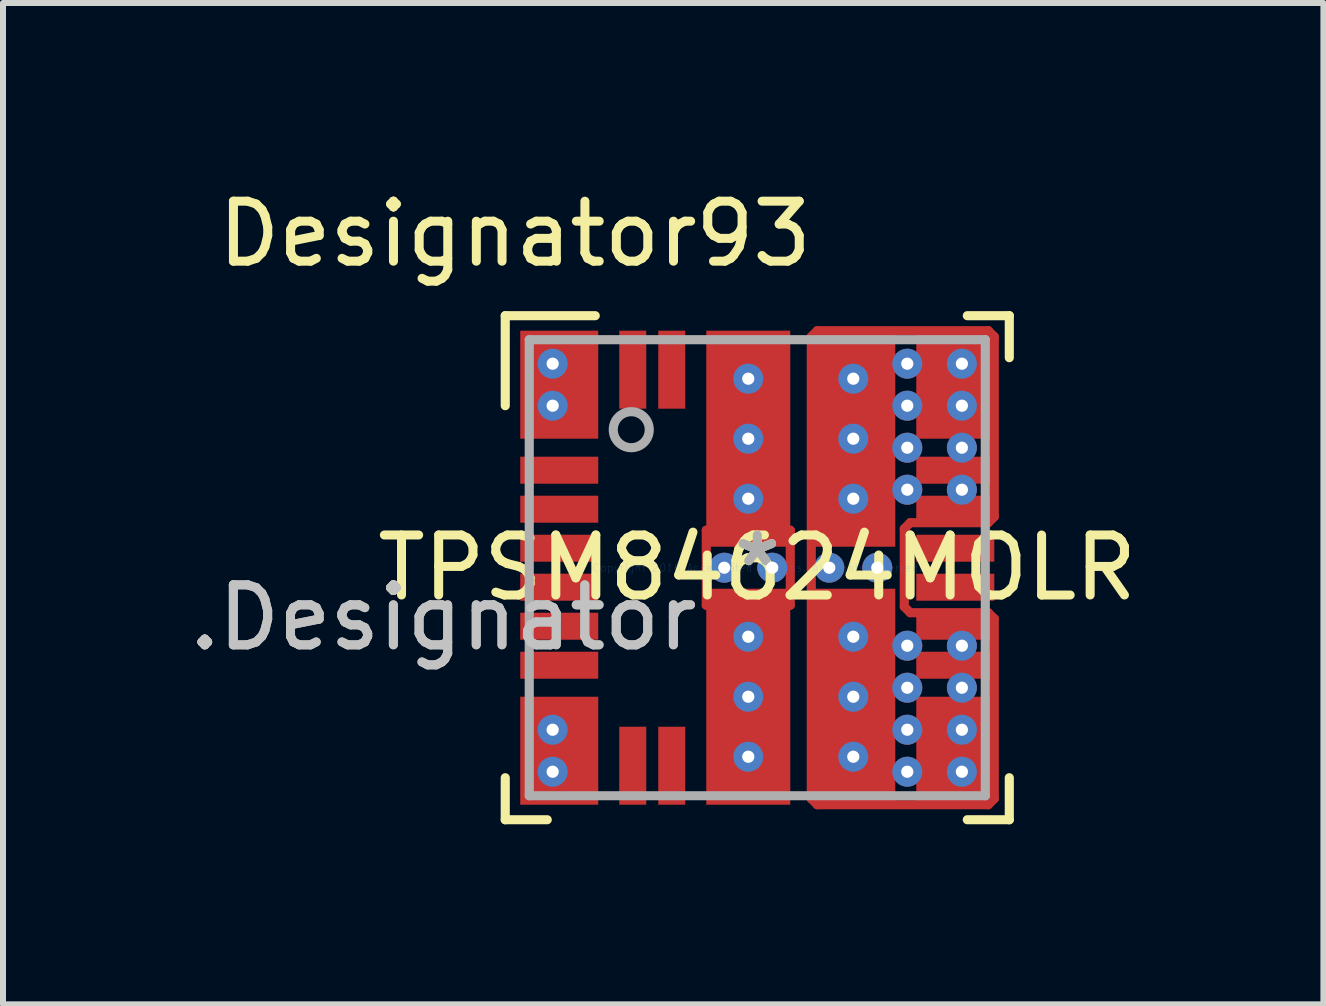
<source format=kicad_pcb>
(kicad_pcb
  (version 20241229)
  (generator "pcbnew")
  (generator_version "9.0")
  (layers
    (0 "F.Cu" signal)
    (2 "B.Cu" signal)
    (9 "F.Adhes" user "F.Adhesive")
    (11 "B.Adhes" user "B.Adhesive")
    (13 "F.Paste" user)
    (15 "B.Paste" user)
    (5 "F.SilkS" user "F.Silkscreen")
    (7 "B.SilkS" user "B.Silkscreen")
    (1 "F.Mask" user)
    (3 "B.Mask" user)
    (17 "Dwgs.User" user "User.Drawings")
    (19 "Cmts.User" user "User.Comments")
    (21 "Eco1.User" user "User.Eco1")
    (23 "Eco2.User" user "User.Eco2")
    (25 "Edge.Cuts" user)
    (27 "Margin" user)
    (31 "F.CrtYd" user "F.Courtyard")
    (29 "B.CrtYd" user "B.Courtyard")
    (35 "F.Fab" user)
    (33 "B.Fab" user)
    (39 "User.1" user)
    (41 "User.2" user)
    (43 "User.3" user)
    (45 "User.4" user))
  (footprint "TPSM84624MOLR"
    (layer "F.Cu")
    (at 9.57 6.411)
    (property "Reference" "TPSM84624MOLR" (at 0 0 0) (layer "F.SilkS") (effects (font (size 1 1) (thickness 0.15))))
    (attr through_hole)
    (fp_line (start -0.85 -0.625) (end -0.85 0.625) (stroke (width 0.152) (type solid)) (layer "F.Cu"))
    (fp_line (start -0.85 0.625) (end 0.55 0.625) (stroke (width 0.152) (type solid)) (layer "F.Cu"))
    (fp_line (start 0.55 -0.625) (end -0.85 -0.625) (stroke (width 0.152) (type solid)) (layer "F.Cu"))
    (fp_line (start 0.55 0.625) (end 0.55 -0.625) (stroke (width 0.152) (type solid)) (layer "F.Cu"))
    (fp_line (start 0.9 -3.85) (end 0.9 3.85) (stroke (width 0.152) (type solid)) (layer "F.Cu"))
    (fp_line (start 0.9 3.85) (end 1 3.95) (stroke (width 0.152) (type solid)) (layer "F.Cu"))
    (fp_line (start 1 -3.95) (end 0.9 -3.85) (stroke (width 0.152) (type solid)) (layer "F.Cu"))
    (fp_line (start 1 3.95) (end 3.85 3.95) (stroke (width 0.152) (type solid)) (layer "F.Cu"))
    (fp_line (start 2.45 -0.65) (end 2.55 -0.75) (stroke (width 0.152) (type solid)) (layer "F.Cu"))
    (fp_line (start 2.45 0.65) (end 2.45 -0.65) (stroke (width 0.152) (type solid)) (layer "F.Cu"))
    (fp_line (start 2.55 -0.75) (end 3.85 -0.75) (stroke (width 0.152) (type solid)) (layer "F.Cu"))
    (fp_line (start 2.55 -0.75) (end 2.55 -0.75) (stroke (width 0.152) (type solid)) (layer "F.Cu"))
    (fp_line (start 2.55 0.75) (end 2.45 0.65) (stroke (width 0.152) (type solid)) (layer "F.Cu"))
    (fp_line (start 3.85 -3.95) (end 1 -3.95) (stroke (width 0.152) (type solid)) (layer "F.Cu"))
    (fp_line (start 3.85 -0.75) (end 3.95 -0.85) (stroke (width 0.152) (type solid)) (layer "F.Cu"))
    (fp_line (start 3.85 0.75) (end 2.55 0.75) (stroke (width 0.152) (type solid)) (layer "F.Cu"))
    (fp_line (start 3.85 3.95) (end 3.95 3.85) (stroke (width 0.152) (type solid)) (layer "F.Cu"))
    (fp_line (start 3.95 -3.85) (end 3.85 -3.95) (stroke (width 0.152) (type solid)) (layer "F.Cu"))
    (fp_line (start 3.95 -0.85) (end 3.95 -3.85) (stroke (width 0.152) (type solid)) (layer "F.Cu"))
    (fp_line (start 3.95 0.85) (end 3.85 0.75) (stroke (width 0.152) (type solid)) (layer "F.Cu"))
    (fp_line (start 3.95 3.85) (end 3.95 0.85) (stroke (width 0.152) (type solid)) (layer "F.Cu"))
    (fp_line (start -4.2 -4.2) (end -2.7 -4.2) (stroke (width 0.152) (type solid)) (layer "F.SilkS"))
    (fp_line (start -4.2 -2.7) (end -4.2 -4.2) (stroke (width 0.152) (type solid)) (layer "F.SilkS"))
    (fp_line (start -4.2 4.2) (end -4.2 3.5) (stroke (width 0.152) (type solid)) (layer "F.SilkS"))
    (fp_line (start -4.2 4.2) (end -3.5 4.2) (stroke (width 0.152) (type solid)) (layer "F.SilkS"))
    (fp_line (start 3.5 -4.2) (end 4.2 -4.2) (stroke (width 0.152) (type solid)) (layer "F.SilkS"))
    (fp_line (start 3.5 4.2) (end 4.2 4.2) (stroke (width 0.152) (type solid)) (layer "F.SilkS"))
    (fp_line (start 4.2 -3.5) (end 4.2 -4.2) (stroke (width 0.152) (type solid)) (layer "F.SilkS"))
    (fp_line (start 4.2 4.2) (end 4.2 3.5) (stroke (width 0.152) (type solid)) (layer "F.SilkS"))
    (fp_line (start -3.85 -3.8) (end -3.849 -3.81) (stroke (width 0.152) (type solid)) (layer "F.Paste"))
    (fp_line (start -3.85 -2.3) (end -3.85 -3.8) (stroke (width 0.152) (type solid)) (layer "F.Paste"))
    (fp_line (start -3.85 2.3) (end -3.849 2.29) (stroke (width 0.152) (type solid)) (layer "F.Paste"))
    (fp_line (start -3.85 3.8) (end -3.85 2.3) (stroke (width 0.152) (type solid)) (layer "F.Paste"))
    (fp_line (start -3.849 -3.81) (end -3.846 -3.819) (stroke (width 0.152) (type solid)) (layer "F.Paste"))
    (fp_line (start -3.849 -2.29) (end -3.85 -2.3) (stroke (width 0.152) (type solid)) (layer "F.Paste"))
    (fp_line (start -3.849 2.29) (end -3.846 2.281) (stroke (width 0.152) (type solid)) (layer "F.Paste"))
    (fp_line (start -3.849 3.81) (end -3.85 3.8) (stroke (width 0.152) (type solid)) (layer "F.Paste"))
    (fp_line (start -3.846 -3.819) (end -3.842 -3.828) (stroke (width 0.152) (type solid)) (layer "F.Paste"))
    (fp_line (start -3.846 -2.281) (end -3.849 -2.29) (stroke (width 0.152) (type solid)) (layer "F.Paste"))
    (fp_line (start -3.846 2.281) (end -3.842 2.272) (stroke (width 0.152) (type solid)) (layer "F.Paste"))
    (fp_line (start -3.846 3.819) (end -3.849 3.81) (stroke (width 0.152) (type solid)) (layer "F.Paste"))
    (fp_line (start -3.842 -3.828) (end -3.836 -3.836) (stroke (width 0.152) (type solid)) (layer "F.Paste"))
    (fp_line (start -3.842 -2.272) (end -3.846 -2.281) (stroke (width 0.152) (type solid)) (layer "F.Paste"))
    (fp_line (start -3.842 2.272) (end -3.836 2.264) (stroke (width 0.152) (type solid)) (layer "F.Paste"))
    (fp_line (start -3.842 3.828) (end -3.846 3.819) (stroke (width 0.152) (type solid)) (layer "F.Paste"))
    (fp_line (start -3.836 -3.836) (end -3.828 -3.842) (stroke (width 0.152) (type solid)) (layer "F.Paste"))
    (fp_line (start -3.836 -2.264) (end -3.842 -2.272) (stroke (width 0.152) (type solid)) (layer "F.Paste"))
    (fp_line (start -3.836 2.264) (end -3.828 2.258) (stroke (width 0.152) (type solid)) (layer "F.Paste"))
    (fp_line (start -3.836 3.836) (end -3.842 3.828) (stroke (width 0.152) (type solid)) (layer "F.Paste"))
    (fp_line (start -3.828 -3.842) (end -3.819 -3.846) (stroke (width 0.152) (type solid)) (layer "F.Paste"))
    (fp_line (start -3.828 -2.258) (end -3.836 -2.264) (stroke (width 0.152) (type solid)) (layer "F.Paste"))
    (fp_line (start -3.828 2.258) (end -3.819 2.254) (stroke (width 0.152) (type solid)) (layer "F.Paste"))
    (fp_line (start -3.828 3.842) (end -3.836 3.836) (stroke (width 0.152) (type solid)) (layer "F.Paste"))
    (fp_line (start -3.819 -3.846) (end -3.81 -3.849) (stroke (width 0.152) (type solid)) (layer "F.Paste"))
    (fp_line (start -3.819 -2.254) (end -3.828 -2.258) (stroke (width 0.152) (type solid)) (layer "F.Paste"))
    (fp_line (start -3.819 2.254) (end -3.81 2.251) (stroke (width 0.152) (type solid)) (layer "F.Paste"))
    (fp_line (start -3.819 3.846) (end -3.828 3.842) (stroke (width 0.152) (type solid)) (layer "F.Paste"))
    (fp_line (start -3.81 -3.849) (end -3.8 -3.85) (stroke (width 0.152) (type solid)) (layer "F.Paste"))
    (fp_line (start -3.81 -2.251) (end -3.819 -2.254) (stroke (width 0.152) (type solid)) (layer "F.Paste"))
    (fp_line (start -3.81 2.251) (end -3.8 2.25) (stroke (width 0.152) (type solid)) (layer "F.Paste"))
    (fp_line (start -3.81 3.849) (end -3.819 3.846) (stroke (width 0.152) (type solid)) (layer "F.Paste"))
    (fp_line (start -3.8 -3.85) (end -2.8 -3.85) (stroke (width 0.152) (type solid)) (layer "F.Paste"))
    (fp_line (start -3.8 -2.25) (end -3.81 -2.251) (stroke (width 0.152) (type solid)) (layer "F.Paste"))
    (fp_line (start -3.8 2.25) (end -2.8 2.25) (stroke (width 0.152) (type solid)) (layer "F.Paste"))
    (fp_line (start -3.8 3.85) (end -3.81 3.849) (stroke (width 0.152) (type solid)) (layer "F.Paste"))
    (fp_line (start -2.8 -3.85) (end -2.79 -3.849) (stroke (width 0.152) (type solid)) (layer "F.Paste"))
    (fp_line (start -2.8 -2.25) (end -3.8 -2.25) (stroke (width 0.152) (type solid)) (layer "F.Paste"))
    (fp_line (start -2.8 2.25) (end -2.79 2.251) (stroke (width 0.152) (type solid)) (layer "F.Paste"))
    (fp_line (start -2.8 3.85) (end -3.8 3.85) (stroke (width 0.152) (type solid)) (layer "F.Paste"))
    (fp_line (start -2.79 -3.849) (end -2.781 -3.846) (stroke (width 0.152) (type solid)) (layer "F.Paste"))
    (fp_line (start -2.79 -2.251) (end -2.8 -2.25) (stroke (width 0.152) (type solid)) (layer "F.Paste"))
    (fp_line (start -2.79 2.251) (end -2.781 2.254) (stroke (width 0.152) (type solid)) (layer "F.Paste"))
    (fp_line (start -2.79 3.849) (end -2.8 3.85) (stroke (width 0.152) (type solid)) (layer "F.Paste"))
    (fp_line (start -2.781 -3.846) (end -2.772 -3.842) (stroke (width 0.152) (type solid)) (layer "F.Paste"))
    (fp_line (start -2.781 -2.254) (end -2.79 -2.251) (stroke (width 0.152) (type solid)) (layer "F.Paste"))
    (fp_line (start -2.781 2.254) (end -2.772 2.258) (stroke (width 0.152) (type solid)) (layer "F.Paste"))
    (fp_line (start -2.781 3.846) (end -2.79 3.849) (stroke (width 0.152) (type solid)) (layer "F.Paste"))
    (fp_line (start -2.772 -3.842) (end -2.764 -3.836) (stroke (width 0.152) (type solid)) (layer "F.Paste"))
    (fp_line (start -2.772 -2.258) (end -2.781 -2.254) (stroke (width 0.152) (type solid)) (layer "F.Paste"))
    (fp_line (start -2.772 2.258) (end -2.764 2.264) (stroke (width 0.152) (type solid)) (layer "F.Paste"))
    (fp_line (start -2.772 3.842) (end -2.781 3.846) (stroke (width 0.152) (type solid)) (layer "F.Paste"))
    (fp_line (start -2.764 -3.836) (end -2.758 -3.828) (stroke (width 0.152) (type solid)) (layer "F.Paste"))
    (fp_line (start -2.764 -2.264) (end -2.772 -2.258) (stroke (width 0.152) (type solid)) (layer "F.Paste"))
    (fp_line (start -2.764 2.264) (end -2.758 2.272) (stroke (width 0.152) (type solid)) (layer "F.Paste"))
    (fp_line (start -2.764 3.836) (end -2.772 3.842) (stroke (width 0.152) (type solid)) (layer "F.Paste"))
    (fp_line (start -2.758 -3.828) (end -2.754 -3.819) (stroke (width 0.152) (type solid)) (layer "F.Paste"))
    (fp_line (start -2.758 -2.272) (end -2.764 -2.264) (stroke (width 0.152) (type solid)) (layer "F.Paste"))
    (fp_line (start -2.758 2.272) (end -2.754 2.281) (stroke (width 0.152) (type solid)) (layer "F.Paste"))
    (fp_line (start -2.758 3.828) (end -2.764 3.836) (stroke (width 0.152) (type solid)) (layer "F.Paste"))
    (fp_line (start -2.754 -3.819) (end -2.751 -3.81) (stroke (width 0.152) (type solid)) (layer "F.Paste"))
    (fp_line (start -2.754 -2.281) (end -2.758 -2.272) (stroke (width 0.152) (type solid)) (layer "F.Paste"))
    (fp_line (start -2.754 2.281) (end -2.751 2.29) (stroke (width 0.152) (type solid)) (layer "F.Paste"))
    (fp_line (start -2.754 3.819) (end -2.758 3.828) (stroke (width 0.152) (type solid)) (layer "F.Paste"))
    (fp_line (start -2.751 -3.81) (end -2.75 -3.8) (stroke (width 0.152) (type solid)) (layer "F.Paste"))
    (fp_line (start -2.751 -2.29) (end -2.754 -2.281) (stroke (width 0.152) (type solid)) (layer "F.Paste"))
    (fp_line (start -2.751 2.29) (end -2.75 2.3) (stroke (width 0.152) (type solid)) (layer "F.Paste"))
    (fp_line (start -2.751 3.81) (end -2.754 3.819) (stroke (width 0.152) (type solid)) (layer "F.Paste"))
    (fp_line (start -2.75 -3.8) (end -2.75 -2.3) (stroke (width 0.152) (type solid)) (layer "F.Paste"))
    (fp_line (start -2.75 -2.3) (end -2.751 -2.29) (stroke (width 0.152) (type solid)) (layer "F.Paste"))
    (fp_line (start -2.75 2.3) (end -2.75 3.8) (stroke (width 0.152) (type solid)) (layer "F.Paste"))
    (fp_line (start -2.75 3.8) (end -2.751 3.81) (stroke (width 0.152) (type solid)) (layer "F.Paste"))
    (fp_line (start -0.75 -3.802) (end -0.749 -3.811) (stroke (width 0.152) (type solid)) (layer "F.Paste"))
    (fp_line (start -0.75 -2.298) (end -0.75 -3.802) (stroke (width 0.152) (type solid)) (layer "F.Paste"))
    (fp_line (start -0.75 -2.002) (end -0.749 -2.011) (stroke (width 0.152) (type solid)) (layer "F.Paste"))
    (fp_line (start -0.75 -0.498) (end -0.75 -2.002) (stroke (width 0.152) (type solid)) (layer "F.Paste"))
    (fp_line (start -0.75 0.498) (end -0.749 0.489) (stroke (width 0.152) (type solid)) (layer "F.Paste"))
    (fp_line (start -0.75 2.002) (end -0.75 0.498) (stroke (width 0.152) (type solid)) (layer "F.Paste"))
    (fp_line (start -0.75 2.298) (end -0.749 2.289) (stroke (width 0.152) (type solid)) (layer "F.Paste"))
    (fp_line (start -0.75 3.802) (end -0.75 2.298) (stroke (width 0.152) (type solid)) (layer "F.Paste"))
    (fp_line (start -0.749 -3.811) (end -0.746 -3.82) (stroke (width 0.152) (type solid)) (layer "F.Paste"))
    (fp_line (start -0.749 -2.289) (end -0.75 -2.298) (stroke (width 0.152) (type solid)) (layer "F.Paste"))
    (fp_line (start -0.749 -2.011) (end -0.746 -2.02) (stroke (width 0.152) (type solid)) (layer "F.Paste"))
    (fp_line (start -0.749 -0.489) (end -0.75 -0.498) (stroke (width 0.152) (type solid)) (layer "F.Paste"))
    (fp_line (start -0.749 0.489) (end -0.746 0.48) (stroke (width 0.152) (type solid)) (layer "F.Paste"))
    (fp_line (start -0.749 2.011) (end -0.75 2.002) (stroke (width 0.152) (type solid)) (layer "F.Paste"))
    (fp_line (start -0.749 2.289) (end -0.746 2.28) (stroke (width 0.152) (type solid)) (layer "F.Paste"))
    (fp_line (start -0.749 3.811) (end -0.75 3.802) (stroke (width 0.152) (type solid)) (layer "F.Paste"))
    (fp_line (start -0.746 -3.82) (end -0.742 -3.829) (stroke (width 0.152) (type solid)) (layer "F.Paste"))
    (fp_line (start -0.746 -2.28) (end -0.749 -2.289) (stroke (width 0.152) (type solid)) (layer "F.Paste"))
    (fp_line (start -0.746 -2.02) (end -0.742 -2.029) (stroke (width 0.152) (type solid)) (layer "F.Paste"))
    (fp_line (start -0.746 -0.48) (end -0.749 -0.489) (stroke (width 0.152) (type solid)) (layer "F.Paste"))
    (fp_line (start -0.746 0.48) (end -0.742 0.471) (stroke (width 0.152) (type solid)) (layer "F.Paste"))
    (fp_line (start -0.746 2.02) (end -0.749 2.011) (stroke (width 0.152) (type solid)) (layer "F.Paste"))
    (fp_line (start -0.746 2.28) (end -0.742 2.271) (stroke (width 0.152) (type solid)) (layer "F.Paste"))
    (fp_line (start -0.746 3.82) (end -0.749 3.811) (stroke (width 0.152) (type solid)) (layer "F.Paste"))
    (fp_line (start -0.742 -3.829) (end -0.736 -3.836) (stroke (width 0.152) (type solid)) (layer "F.Paste"))
    (fp_line (start -0.742 -2.271) (end -0.746 -2.28) (stroke (width 0.152) (type solid)) (layer "F.Paste"))
    (fp_line (start -0.742 -2.029) (end -0.736 -2.036) (stroke (width 0.152) (type solid)) (layer "F.Paste"))
    (fp_line (start -0.742 -0.471) (end -0.746 -0.48) (stroke (width 0.152) (type solid)) (layer "F.Paste"))
    (fp_line (start -0.742 0.471) (end -0.736 0.464) (stroke (width 0.152) (type solid)) (layer "F.Paste"))
    (fp_line (start -0.742 2.029) (end -0.746 2.02) (stroke (width 0.152) (type solid)) (layer "F.Paste"))
    (fp_line (start -0.742 2.271) (end -0.736 2.264) (stroke (width 0.152) (type solid)) (layer "F.Paste"))
    (fp_line (start -0.742 3.829) (end -0.746 3.82) (stroke (width 0.152) (type solid)) (layer "F.Paste"))
    (fp_line (start -0.736 -3.836) (end -0.729 -3.842) (stroke (width 0.152) (type solid)) (layer "F.Paste"))
    (fp_line (start -0.736 -2.264) (end -0.742 -2.271) (stroke (width 0.152) (type solid)) (layer "F.Paste"))
    (fp_line (start -0.736 -2.036) (end -0.729 -2.042) (stroke (width 0.152) (type solid)) (layer "F.Paste"))
    (fp_line (start -0.736 -0.464) (end -0.742 -0.471) (stroke (width 0.152) (type solid)) (layer "F.Paste"))
    (fp_line (start -0.736 0.464) (end -0.729 0.458) (stroke (width 0.152) (type solid)) (layer "F.Paste"))
    (fp_line (start -0.736 2.036) (end -0.742 2.029) (stroke (width 0.152) (type solid)) (layer "F.Paste"))
    (fp_line (start -0.736 2.264) (end -0.729 2.258) (stroke (width 0.152) (type solid)) (layer "F.Paste"))
    (fp_line (start -0.736 3.836) (end -0.742 3.829) (stroke (width 0.152) (type solid)) (layer "F.Paste"))
    (fp_line (start -0.729 -3.842) (end -0.72 -3.846) (stroke (width 0.152) (type solid)) (layer "F.Paste"))
    (fp_line (start -0.729 -2.258) (end -0.736 -2.264) (stroke (width 0.152) (type solid)) (layer "F.Paste"))
    (fp_line (start -0.729 -2.042) (end -0.72 -2.046) (stroke (width 0.152) (type solid)) (layer "F.Paste"))
    (fp_line (start -0.729 -0.458) (end -0.736 -0.464) (stroke (width 0.152) (type solid)) (layer "F.Paste"))
    (fp_line (start -0.729 0.458) (end -0.72 0.454) (stroke (width 0.152) (type solid)) (layer "F.Paste"))
    (fp_line (start -0.729 2.042) (end -0.736 2.036) (stroke (width 0.152) (type solid)) (layer "F.Paste"))
    (fp_line (start -0.729 2.258) (end -0.72 2.254) (stroke (width 0.152) (type solid)) (layer "F.Paste"))
    (fp_line (start -0.729 3.842) (end -0.736 3.836) (stroke (width 0.152) (type solid)) (layer "F.Paste"))
    (fp_line (start -0.72 -3.846) (end -0.711 -3.849) (stroke (width 0.152) (type solid)) (layer "F.Paste"))
    (fp_line (start -0.72 -2.254) (end -0.729 -2.258) (stroke (width 0.152) (type solid)) (layer "F.Paste"))
    (fp_line (start -0.72 -2.046) (end -0.711 -2.049) (stroke (width 0.152) (type solid)) (layer "F.Paste"))
    (fp_line (start -0.72 -0.454) (end -0.729 -0.458) (stroke (width 0.152) (type solid)) (layer "F.Paste"))
    (fp_line (start -0.72 0.454) (end -0.711 0.451) (stroke (width 0.152) (type solid)) (layer "F.Paste"))
    (fp_line (start -0.72 2.046) (end -0.729 2.042) (stroke (width 0.152) (type solid)) (layer "F.Paste"))
    (fp_line (start -0.72 2.254) (end -0.711 2.251) (stroke (width 0.152) (type solid)) (layer "F.Paste"))
    (fp_line (start -0.72 3.846) (end -0.729 3.842) (stroke (width 0.152) (type solid)) (layer "F.Paste"))
    (fp_line (start -0.711 -3.849) (end -0.702 -3.85) (stroke (width 0.152) (type solid)) (layer "F.Paste"))
    (fp_line (start -0.711 -2.251) (end -0.72 -2.254) (stroke (width 0.152) (type solid)) (layer "F.Paste"))
    (fp_line (start -0.711 -2.049) (end -0.702 -2.05) (stroke (width 0.152) (type solid)) (layer "F.Paste"))
    (fp_line (start -0.711 -0.451) (end -0.72 -0.454) (stroke (width 0.152) (type solid)) (layer "F.Paste"))
    (fp_line (start -0.711 0.451) (end -0.702 0.45) (stroke (width 0.152) (type solid)) (layer "F.Paste"))
    (fp_line (start -0.711 2.049) (end -0.72 2.046) (stroke (width 0.152) (type solid)) (layer "F.Paste"))
    (fp_line (start -0.711 2.251) (end -0.702 2.25) (stroke (width 0.152) (type solid)) (layer "F.Paste"))
    (fp_line (start -0.711 3.849) (end -0.72 3.846) (stroke (width 0.152) (type solid)) (layer "F.Paste"))
    (fp_line (start -0.702 -3.85) (end 0.402 -3.85) (stroke (width 0.152) (type solid)) (layer "F.Paste"))
    (fp_line (start -0.702 -2.25) (end -0.711 -2.251) (stroke (width 0.152) (type solid)) (layer "F.Paste"))
    (fp_line (start -0.702 -2.05) (end 0.402 -2.05) (stroke (width 0.152) (type solid)) (layer "F.Paste"))
    (fp_line (start -0.702 -0.45) (end -0.711 -0.451) (stroke (width 0.152) (type solid)) (layer "F.Paste"))
    (fp_line (start -0.702 0.45) (end 0.402 0.45) (stroke (width 0.152) (type solid)) (layer "F.Paste"))
    (fp_line (start -0.702 2.05) (end -0.711 2.049) (stroke (width 0.152) (type solid)) (layer "F.Paste"))
    (fp_line (start -0.702 2.25) (end 0.402 2.25) (stroke (width 0.152) (type solid)) (layer "F.Paste"))
    (fp_line (start -0.702 3.85) (end -0.711 3.849) (stroke (width 0.152) (type solid)) (layer "F.Paste"))
    (fp_line (start 0.402 -3.85) (end 0.411 -3.849) (stroke (width 0.152) (type solid)) (layer "F.Paste"))
    (fp_line (start 0.402 -2.25) (end -0.702 -2.25) (stroke (width 0.152) (type solid)) (layer "F.Paste"))
    (fp_line (start 0.402 -2.05) (end 0.411 -2.049) (stroke (width 0.152) (type solid)) (layer "F.Paste"))
    (fp_line (start 0.402 -0.45) (end -0.702 -0.45) (stroke (width 0.152) (type solid)) (layer "F.Paste"))
    (fp_line (start 0.402 0.45) (end 0.411 0.451) (stroke (width 0.152) (type solid)) (layer "F.Paste"))
    (fp_line (start 0.402 2.05) (end -0.702 2.05) (stroke (width 0.152) (type solid)) (layer "F.Paste"))
    (fp_line (start 0.402 2.25) (end 0.411 2.251) (stroke (width 0.152) (type solid)) (layer "F.Paste"))
    (fp_line (start 0.402 3.85) (end -0.702 3.85) (stroke (width 0.152) (type solid)) (layer "F.Paste"))
    (fp_line (start 0.411 -3.849) (end 0.42 -3.846) (stroke (width 0.152) (type solid)) (layer "F.Paste"))
    (fp_line (start 0.411 -2.251) (end 0.402 -2.25) (stroke (width 0.152) (type solid)) (layer "F.Paste"))
    (fp_line (start 0.411 -2.049) (end 0.42 -2.046) (stroke (width 0.152) (type solid)) (layer "F.Paste"))
    (fp_line (start 0.411 -0.451) (end 0.402 -0.45) (stroke (width 0.152) (type solid)) (layer "F.Paste"))
    (fp_line (start 0.411 0.451) (end 0.42 0.454) (stroke (width 0.152) (type solid)) (layer "F.Paste"))
    (fp_line (start 0.411 2.049) (end 0.402 2.05) (stroke (width 0.152) (type solid)) (layer "F.Paste"))
    (fp_line (start 0.411 2.251) (end 0.42 2.254) (stroke (width 0.152) (type solid)) (layer "F.Paste"))
    (fp_line (start 0.411 3.849) (end 0.402 3.85) (stroke (width 0.152) (type solid)) (layer "F.Paste"))
    (fp_line (start 0.42 -3.846) (end 0.429 -3.842) (stroke (width 0.152) (type solid)) (layer "F.Paste"))
    (fp_line (start 0.42 -2.254) (end 0.411 -2.251) (stroke (width 0.152) (type solid)) (layer "F.Paste"))
    (fp_line (start 0.42 -2.046) (end 0.429 -2.042) (stroke (width 0.152) (type solid)) (layer "F.Paste"))
    (fp_line (start 0.42 -0.454) (end 0.411 -0.451) (stroke (width 0.152) (type solid)) (layer "F.Paste"))
    (fp_line (start 0.42 0.454) (end 0.429 0.458) (stroke (width 0.152) (type solid)) (layer "F.Paste"))
    (fp_line (start 0.42 2.046) (end 0.411 2.049) (stroke (width 0.152) (type solid)) (layer "F.Paste"))
    (fp_line (start 0.42 2.254) (end 0.429 2.258) (stroke (width 0.152) (type solid)) (layer "F.Paste"))
    (fp_line (start 0.42 3.846) (end 0.411 3.849) (stroke (width 0.152) (type solid)) (layer "F.Paste"))
    (fp_line (start 0.429 -3.842) (end 0.436 -3.836) (stroke (width 0.152) (type solid)) (layer "F.Paste"))
    (fp_line (start 0.429 -2.258) (end 0.42 -2.254) (stroke (width 0.152) (type solid)) (layer "F.Paste"))
    (fp_line (start 0.429 -2.042) (end 0.436 -2.036) (stroke (width 0.152) (type solid)) (layer "F.Paste"))
    (fp_line (start 0.429 -0.458) (end 0.42 -0.454) (stroke (width 0.152) (type solid)) (layer "F.Paste"))
    (fp_line (start 0.429 0.458) (end 0.436 0.464) (stroke (width 0.152) (type solid)) (layer "F.Paste"))
    (fp_line (start 0.429 2.042) (end 0.42 2.046) (stroke (width 0.152) (type solid)) (layer "F.Paste"))
    (fp_line (start 0.429 2.258) (end 0.436 2.264) (stroke (width 0.152) (type solid)) (layer "F.Paste"))
    (fp_line (start 0.429 3.842) (end 0.42 3.846) (stroke (width 0.152) (type solid)) (layer "F.Paste"))
    (fp_line (start 0.436 -3.836) (end 0.442 -3.829) (stroke (width 0.152) (type solid)) (layer "F.Paste"))
    (fp_line (start 0.436 -2.264) (end 0.429 -2.258) (stroke (width 0.152) (type solid)) (layer "F.Paste"))
    (fp_line (start 0.436 -2.036) (end 0.442 -2.029) (stroke (width 0.152) (type solid)) (layer "F.Paste"))
    (fp_line (start 0.436 -0.464) (end 0.429 -0.458) (stroke (width 0.152) (type solid)) (layer "F.Paste"))
    (fp_line (start 0.436 0.464) (end 0.442 0.471) (stroke (width 0.152) (type solid)) (layer "F.Paste"))
    (fp_line (start 0.436 2.036) (end 0.429 2.042) (stroke (width 0.152) (type solid)) (layer "F.Paste"))
    (fp_line (start 0.436 2.264) (end 0.442 2.271) (stroke (width 0.152) (type solid)) (layer "F.Paste"))
    (fp_line (start 0.436 3.836) (end 0.429 3.842) (stroke (width 0.152) (type solid)) (layer "F.Paste"))
    (fp_line (start 0.442 -3.829) (end 0.446 -3.82) (stroke (width 0.152) (type solid)) (layer "F.Paste"))
    (fp_line (start 0.442 -2.271) (end 0.436 -2.264) (stroke (width 0.152) (type solid)) (layer "F.Paste"))
    (fp_line (start 0.442 -2.029) (end 0.446 -2.02) (stroke (width 0.152) (type solid)) (layer "F.Paste"))
    (fp_line (start 0.442 -0.471) (end 0.436 -0.464) (stroke (width 0.152) (type solid)) (layer "F.Paste"))
    (fp_line (start 0.442 0.471) (end 0.446 0.48) (stroke (width 0.152) (type solid)) (layer "F.Paste"))
    (fp_line (start 0.442 2.029) (end 0.436 2.036) (stroke (width 0.152) (type solid)) (layer "F.Paste"))
    (fp_line (start 0.442 2.271) (end 0.446 2.28) (stroke (width 0.152) (type solid)) (layer "F.Paste"))
    (fp_line (start 0.442 3.829) (end 0.436 3.836) (stroke (width 0.152) (type solid)) (layer "F.Paste"))
    (fp_line (start 0.446 -3.82) (end 0.449 -3.811) (stroke (width 0.152) (type solid)) (layer "F.Paste"))
    (fp_line (start 0.446 -2.28) (end 0.442 -2.271) (stroke (width 0.152) (type solid)) (layer "F.Paste"))
    (fp_line (start 0.446 -2.02) (end 0.449 -2.011) (stroke (width 0.152) (type solid)) (layer "F.Paste"))
    (fp_line (start 0.446 -0.48) (end 0.442 -0.471) (stroke (width 0.152) (type solid)) (layer "F.Paste"))
    (fp_line (start 0.446 0.48) (end 0.449 0.489) (stroke (width 0.152) (type solid)) (layer "F.Paste"))
    (fp_line (start 0.446 2.02) (end 0.442 2.029) (stroke (width 0.152) (type solid)) (layer "F.Paste"))
    (fp_line (start 0.446 2.28) (end 0.449 2.289) (stroke (width 0.152) (type solid)) (layer "F.Paste"))
    (fp_line (start 0.446 3.82) (end 0.442 3.829) (stroke (width 0.152) (type solid)) (layer "F.Paste"))
    (fp_line (start 0.449 -3.811) (end 0.45 -3.802) (stroke (width 0.152) (type solid)) (layer "F.Paste"))
    (fp_line (start 0.449 -2.289) (end 0.446 -2.28) (stroke (width 0.152) (type solid)) (layer "F.Paste"))
    (fp_line (start 0.449 -2.011) (end 0.45 -2.002) (stroke (width 0.152) (type solid)) (layer "F.Paste"))
    (fp_line (start 0.449 -0.489) (end 0.446 -0.48) (stroke (width 0.152) (type solid)) (layer "F.Paste"))
    (fp_line (start 0.449 0.489) (end 0.45 0.498) (stroke (width 0.152) (type solid)) (layer "F.Paste"))
    (fp_line (start 0.449 2.011) (end 0.446 2.02) (stroke (width 0.152) (type solid)) (layer "F.Paste"))
    (fp_line (start 0.449 2.289) (end 0.45 2.298) (stroke (width 0.152) (type solid)) (layer "F.Paste"))
    (fp_line (start 0.449 3.811) (end 0.446 3.82) (stroke (width 0.152) (type solid)) (layer "F.Paste"))
    (fp_line (start 0.45 -3.802) (end 0.45 -2.298) (stroke (width 0.152) (type solid)) (layer "F.Paste"))
    (fp_line (start 0.45 -2.298) (end 0.449 -2.289) (stroke (width 0.152) (type solid)) (layer "F.Paste"))
    (fp_line (start 0.45 -2.002) (end 0.45 -0.498) (stroke (width 0.152) (type solid)) (layer "F.Paste"))
    (fp_line (start 0.45 -0.498) (end 0.449 -0.489) (stroke (width 0.152) (type solid)) (layer "F.Paste"))
    (fp_line (start 0.45 0.498) (end 0.45 2.002) (stroke (width 0.152) (type solid)) (layer "F.Paste"))
    (fp_line (start 0.45 2.002) (end 0.449 2.011) (stroke (width 0.152) (type solid)) (layer "F.Paste"))
    (fp_line (start 0.45 2.298) (end 0.45 3.802) (stroke (width 0.152) (type solid)) (layer "F.Paste"))
    (fp_line (start 0.45 3.802) (end 0.449 3.811) (stroke (width 0.152) (type solid)) (layer "F.Paste"))
    (fp_line (start 1 -3.802) (end 1.001 -3.811) (stroke (width 0.152) (type solid)) (layer "F.Paste"))
    (fp_line (start 1 -2.298) (end 1 -3.802) (stroke (width 0.152) (type solid)) (layer "F.Paste"))
    (fp_line (start 1 -2.002) (end 1.001 -2.011) (stroke (width 0.152) (type solid)) (layer "F.Paste"))
    (fp_line (start 1 -0.498) (end 1 -2.002) (stroke (width 0.152) (type solid)) (layer "F.Paste"))
    (fp_line (start 1 0.498) (end 1.001 0.489) (stroke (width 0.152) (type solid)) (layer "F.Paste"))
    (fp_line (start 1 2.002) (end 1 0.498) (stroke (width 0.152) (type solid)) (layer "F.Paste"))
    (fp_line (start 1 2.298) (end 1.001 2.289) (stroke (width 0.152) (type solid)) (layer "F.Paste"))
    (fp_line (start 1 3.802) (end 1 2.298) (stroke (width 0.152) (type solid)) (layer "F.Paste"))
    (fp_line (start 1.001 -3.811) (end 1.004 -3.82) (stroke (width 0.152) (type solid)) (layer "F.Paste"))
    (fp_line (start 1.001 -2.289) (end 1 -2.298) (stroke (width 0.152) (type solid)) (layer "F.Paste"))
    (fp_line (start 1.001 -2.011) (end 1.004 -2.02) (stroke (width 0.152) (type solid)) (layer "F.Paste"))
    (fp_line (start 1.001 -0.489) (end 1 -0.498) (stroke (width 0.152) (type solid)) (layer "F.Paste"))
    (fp_line (start 1.001 0.489) (end 1.004 0.48) (stroke (width 0.152) (type solid)) (layer "F.Paste"))
    (fp_line (start 1.001 2.011) (end 1 2.002) (stroke (width 0.152) (type solid)) (layer "F.Paste"))
    (fp_line (start 1.001 2.289) (end 1.004 2.28) (stroke (width 0.152) (type solid)) (layer "F.Paste"))
    (fp_line (start 1.001 3.811) (end 1 3.802) (stroke (width 0.152) (type solid)) (layer "F.Paste"))
    (fp_line (start 1.004 -3.82) (end 1.008 -3.829) (stroke (width 0.152) (type solid)) (layer "F.Paste"))
    (fp_line (start 1.004 -2.28) (end 1.001 -2.289) (stroke (width 0.152) (type solid)) (layer "F.Paste"))
    (fp_line (start 1.004 -2.02) (end 1.008 -2.029) (stroke (width 0.152) (type solid)) (layer "F.Paste"))
    (fp_line (start 1.004 -0.48) (end 1.001 -0.489) (stroke (width 0.152) (type solid)) (layer "F.Paste"))
    (fp_line (start 1.004 0.48) (end 1.008 0.471) (stroke (width 0.152) (type solid)) (layer "F.Paste"))
    (fp_line (start 1.004 2.02) (end 1.001 2.011) (stroke (width 0.152) (type solid)) (layer "F.Paste"))
    (fp_line (start 1.004 2.28) (end 1.008 2.271) (stroke (width 0.152) (type solid)) (layer "F.Paste"))
    (fp_line (start 1.004 3.82) (end 1.001 3.811) (stroke (width 0.152) (type solid)) (layer "F.Paste"))
    (fp_line (start 1.008 -3.829) (end 1.014 -3.836) (stroke (width 0.152) (type solid)) (layer "F.Paste"))
    (fp_line (start 1.008 -2.271) (end 1.004 -2.28) (stroke (width 0.152) (type solid)) (layer "F.Paste"))
    (fp_line (start 1.008 -2.029) (end 1.014 -2.036) (stroke (width 0.152) (type solid)) (layer "F.Paste"))
    (fp_line (start 1.008 -0.471) (end 1.004 -0.48) (stroke (width 0.152) (type solid)) (layer "F.Paste"))
    (fp_line (start 1.008 0.471) (end 1.014 0.464) (stroke (width 0.152) (type solid)) (layer "F.Paste"))
    (fp_line (start 1.008 2.029) (end 1.004 2.02) (stroke (width 0.152) (type solid)) (layer "F.Paste"))
    (fp_line (start 1.008 2.271) (end 1.014 2.264) (stroke (width 0.152) (type solid)) (layer "F.Paste"))
    (fp_line (start 1.008 3.829) (end 1.004 3.82) (stroke (width 0.152) (type solid)) (layer "F.Paste"))
    (fp_line (start 1.014 -3.836) (end 1.021 -3.842) (stroke (width 0.152) (type solid)) (layer "F.Paste"))
    (fp_line (start 1.014 -2.264) (end 1.008 -2.271) (stroke (width 0.152) (type solid)) (layer "F.Paste"))
    (fp_line (start 1.014 -2.036) (end 1.021 -2.042) (stroke (width 0.152) (type solid)) (layer "F.Paste"))
    (fp_line (start 1.014 -0.464) (end 1.008 -0.471) (stroke (width 0.152) (type solid)) (layer "F.Paste"))
    (fp_line (start 1.014 0.464) (end 1.021 0.458) (stroke (width 0.152) (type solid)) (layer "F.Paste"))
    (fp_line (start 1.014 2.036) (end 1.008 2.029) (stroke (width 0.152) (type solid)) (layer "F.Paste"))
    (fp_line (start 1.014 2.264) (end 1.021 2.258) (stroke (width 0.152) (type solid)) (layer "F.Paste"))
    (fp_line (start 1.014 3.836) (end 1.008 3.829) (stroke (width 0.152) (type solid)) (layer "F.Paste"))
    (fp_line (start 1.021 -3.842) (end 1.03 -3.846) (stroke (width 0.152) (type solid)) (layer "F.Paste"))
    (fp_line (start 1.021 -2.258) (end 1.014 -2.264) (stroke (width 0.152) (type solid)) (layer "F.Paste"))
    (fp_line (start 1.021 -2.042) (end 1.03 -2.046) (stroke (width 0.152) (type solid)) (layer "F.Paste"))
    (fp_line (start 1.021 -0.458) (end 1.014 -0.464) (stroke (width 0.152) (type solid)) (layer "F.Paste"))
    (fp_line (start 1.021 0.458) (end 1.03 0.454) (stroke (width 0.152) (type solid)) (layer "F.Paste"))
    (fp_line (start 1.021 2.042) (end 1.014 2.036) (stroke (width 0.152) (type solid)) (layer "F.Paste"))
    (fp_line (start 1.021 2.258) (end 1.03 2.254) (stroke (width 0.152) (type solid)) (layer "F.Paste"))
    (fp_line (start 1.021 3.842) (end 1.014 3.836) (stroke (width 0.152) (type solid)) (layer "F.Paste"))
    (fp_line (start 1.03 -3.846) (end 1.039 -3.849) (stroke (width 0.152) (type solid)) (layer "F.Paste"))
    (fp_line (start 1.03 -2.254) (end 1.021 -2.258) (stroke (width 0.152) (type solid)) (layer "F.Paste"))
    (fp_line (start 1.03 -2.046) (end 1.039 -2.049) (stroke (width 0.152) (type solid)) (layer "F.Paste"))
    (fp_line (start 1.03 -0.454) (end 1.021 -0.458) (stroke (width 0.152) (type solid)) (layer "F.Paste"))
    (fp_line (start 1.03 0.454) (end 1.039 0.451) (stroke (width 0.152) (type solid)) (layer "F.Paste"))
    (fp_line (start 1.03 2.046) (end 1.021 2.042) (stroke (width 0.152) (type solid)) (layer "F.Paste"))
    (fp_line (start 1.03 2.254) (end 1.039 2.251) (stroke (width 0.152) (type solid)) (layer "F.Paste"))
    (fp_line (start 1.03 3.846) (end 1.021 3.842) (stroke (width 0.152) (type solid)) (layer "F.Paste"))
    (fp_line (start 1.039 -3.849) (end 1.048 -3.85) (stroke (width 0.152) (type solid)) (layer "F.Paste"))
    (fp_line (start 1.039 -2.251) (end 1.03 -2.254) (stroke (width 0.152) (type solid)) (layer "F.Paste"))
    (fp_line (start 1.039 -2.049) (end 1.048 -2.05) (stroke (width 0.152) (type solid)) (layer "F.Paste"))
    (fp_line (start 1.039 -0.451) (end 1.03 -0.454) (stroke (width 0.152) (type solid)) (layer "F.Paste"))
    (fp_line (start 1.039 0.451) (end 1.048 0.45) (stroke (width 0.152) (type solid)) (layer "F.Paste"))
    (fp_line (start 1.039 2.049) (end 1.03 2.046) (stroke (width 0.152) (type solid)) (layer "F.Paste"))
    (fp_line (start 1.039 2.251) (end 1.048 2.25) (stroke (width 0.152) (type solid)) (layer "F.Paste"))
    (fp_line (start 1.039 3.849) (end 1.03 3.846) (stroke (width 0.152) (type solid)) (layer "F.Paste"))
    (fp_line (start 1.048 -3.85) (end 2.152 -3.85) (stroke (width 0.152) (type solid)) (layer "F.Paste"))
    (fp_line (start 1.048 -2.25) (end 1.039 -2.251) (stroke (width 0.152) (type solid)) (layer "F.Paste"))
    (fp_line (start 1.048 -2.05) (end 2.152 -2.05) (stroke (width 0.152) (type solid)) (layer "F.Paste"))
    (fp_line (start 1.048 -0.45) (end 1.039 -0.451) (stroke (width 0.152) (type solid)) (layer "F.Paste"))
    (fp_line (start 1.048 0.45) (end 2.152 0.45) (stroke (width 0.152) (type solid)) (layer "F.Paste"))
    (fp_line (start 1.048 2.05) (end 1.039 2.049) (stroke (width 0.152) (type solid)) (layer "F.Paste"))
    (fp_line (start 1.048 2.25) (end 2.152 2.25) (stroke (width 0.152) (type solid)) (layer "F.Paste"))
    (fp_line (start 1.048 3.85) (end 1.039 3.849) (stroke (width 0.152) (type solid)) (layer "F.Paste"))
    (fp_line (start 2.152 -3.85) (end 2.161 -3.849) (stroke (width 0.152) (type solid)) (layer "F.Paste"))
    (fp_line (start 2.152 -2.25) (end 1.048 -2.25) (stroke (width 0.152) (type solid)) (layer "F.Paste"))
    (fp_line (start 2.152 -2.05) (end 2.161 -2.049) (stroke (width 0.152) (type solid)) (layer "F.Paste"))
    (fp_line (start 2.152 -0.45) (end 1.048 -0.45) (stroke (width 0.152) (type solid)) (layer "F.Paste"))
    (fp_line (start 2.152 0.45) (end 2.161 0.451) (stroke (width 0.152) (type solid)) (layer "F.Paste"))
    (fp_line (start 2.152 2.05) (end 1.048 2.05) (stroke (width 0.152) (type solid)) (layer "F.Paste"))
    (fp_line (start 2.152 2.25) (end 2.161 2.251) (stroke (width 0.152) (type solid)) (layer "F.Paste"))
    (fp_line (start 2.152 3.85) (end 1.048 3.85) (stroke (width 0.152) (type solid)) (layer "F.Paste"))
    (fp_line (start 2.161 -3.849) (end 2.17 -3.846) (stroke (width 0.152) (type solid)) (layer "F.Paste"))
    (fp_line (start 2.161 -2.251) (end 2.152 -2.25) (stroke (width 0.152) (type solid)) (layer "F.Paste"))
    (fp_line (start 2.161 -2.049) (end 2.17 -2.046) (stroke (width 0.152) (type solid)) (layer "F.Paste"))
    (fp_line (start 2.161 -0.451) (end 2.152 -0.45) (stroke (width 0.152) (type solid)) (layer "F.Paste"))
    (fp_line (start 2.161 0.451) (end 2.17 0.454) (stroke (width 0.152) (type solid)) (layer "F.Paste"))
    (fp_line (start 2.161 2.049) (end 2.152 2.05) (stroke (width 0.152) (type solid)) (layer "F.Paste"))
    (fp_line (start 2.161 2.251) (end 2.17 2.254) (stroke (width 0.152) (type solid)) (layer "F.Paste"))
    (fp_line (start 2.161 3.849) (end 2.152 3.85) (stroke (width 0.152) (type solid)) (layer "F.Paste"))
    (fp_line (start 2.17 -3.846) (end 2.179 -3.842) (stroke (width 0.152) (type solid)) (layer "F.Paste"))
    (fp_line (start 2.17 -2.254) (end 2.161 -2.251) (stroke (width 0.152) (type solid)) (layer "F.Paste"))
    (fp_line (start 2.17 -2.046) (end 2.179 -2.042) (stroke (width 0.152) (type solid)) (layer "F.Paste"))
    (fp_line (start 2.17 -0.454) (end 2.161 -0.451) (stroke (width 0.152) (type solid)) (layer "F.Paste"))
    (fp_line (start 2.17 0.454) (end 2.179 0.458) (stroke (width 0.152) (type solid)) (layer "F.Paste"))
    (fp_line (start 2.17 2.046) (end 2.161 2.049) (stroke (width 0.152) (type solid)) (layer "F.Paste"))
    (fp_line (start 2.17 2.254) (end 2.179 2.258) (stroke (width 0.152) (type solid)) (layer "F.Paste"))
    (fp_line (start 2.17 3.846) (end 2.161 3.849) (stroke (width 0.152) (type solid)) (layer "F.Paste"))
    (fp_line (start 2.179 -3.842) (end 2.186 -3.836) (stroke (width 0.152) (type solid)) (layer "F.Paste"))
    (fp_line (start 2.179 -2.258) (end 2.17 -2.254) (stroke (width 0.152) (type solid)) (layer "F.Paste"))
    (fp_line (start 2.179 -2.042) (end 2.186 -2.036) (stroke (width 0.152) (type solid)) (layer "F.Paste"))
    (fp_line (start 2.179 -0.458) (end 2.17 -0.454) (stroke (width 0.152) (type solid)) (layer "F.Paste"))
    (fp_line (start 2.179 0.458) (end 2.186 0.464) (stroke (width 0.152) (type solid)) (layer "F.Paste"))
    (fp_line (start 2.179 2.042) (end 2.17 2.046) (stroke (width 0.152) (type solid)) (layer "F.Paste"))
    (fp_line (start 2.179 2.258) (end 2.186 2.264) (stroke (width 0.152) (type solid)) (layer "F.Paste"))
    (fp_line (start 2.179 3.842) (end 2.17 3.846) (stroke (width 0.152) (type solid)) (layer "F.Paste"))
    (fp_line (start 2.186 -3.836) (end 2.192 -3.829) (stroke (width 0.152) (type solid)) (layer "F.Paste"))
    (fp_line (start 2.186 -2.264) (end 2.179 -2.258) (stroke (width 0.152) (type solid)) (layer "F.Paste"))
    (fp_line (start 2.186 -2.036) (end 2.192 -2.029) (stroke (width 0.152) (type solid)) (layer "F.Paste"))
    (fp_line (start 2.186 -0.464) (end 2.179 -0.458) (stroke (width 0.152) (type solid)) (layer "F.Paste"))
    (fp_line (start 2.186 0.464) (end 2.192 0.471) (stroke (width 0.152) (type solid)) (layer "F.Paste"))
    (fp_line (start 2.186 2.036) (end 2.179 2.042) (stroke (width 0.152) (type solid)) (layer "F.Paste"))
    (fp_line (start 2.186 2.264) (end 2.192 2.271) (stroke (width 0.152) (type solid)) (layer "F.Paste"))
    (fp_line (start 2.186 3.836) (end 2.179 3.842) (stroke (width 0.152) (type solid)) (layer "F.Paste"))
    (fp_line (start 2.192 -3.829) (end 2.196 -3.82) (stroke (width 0.152) (type solid)) (layer "F.Paste"))
    (fp_line (start 2.192 -2.271) (end 2.186 -2.264) (stroke (width 0.152) (type solid)) (layer "F.Paste"))
    (fp_line (start 2.192 -2.029) (end 2.196 -2.02) (stroke (width 0.152) (type solid)) (layer "F.Paste"))
    (fp_line (start 2.192 -0.471) (end 2.186 -0.464) (stroke (width 0.152) (type solid)) (layer "F.Paste"))
    (fp_line (start 2.192 0.471) (end 2.196 0.48) (stroke (width 0.152) (type solid)) (layer "F.Paste"))
    (fp_line (start 2.192 2.029) (end 2.186 2.036) (stroke (width 0.152) (type solid)) (layer "F.Paste"))
    (fp_line (start 2.192 2.271) (end 2.196 2.28) (stroke (width 0.152) (type solid)) (layer "F.Paste"))
    (fp_line (start 2.192 3.829) (end 2.186 3.836) (stroke (width 0.152) (type solid)) (layer "F.Paste"))
    (fp_line (start 2.196 -3.82) (end 2.199 -3.811) (stroke (width 0.152) (type solid)) (layer "F.Paste"))
    (fp_line (start 2.196 -2.28) (end 2.192 -2.271) (stroke (width 0.152) (type solid)) (layer "F.Paste"))
    (fp_line (start 2.196 -2.02) (end 2.199 -2.011) (stroke (width 0.152) (type solid)) (layer "F.Paste"))
    (fp_line (start 2.196 -0.48) (end 2.192 -0.471) (stroke (width 0.152) (type solid)) (layer "F.Paste"))
    (fp_line (start 2.196 0.48) (end 2.199 0.489) (stroke (width 0.152) (type solid)) (layer "F.Paste"))
    (fp_line (start 2.196 2.02) (end 2.192 2.029) (stroke (width 0.152) (type solid)) (layer "F.Paste"))
    (fp_line (start 2.196 2.28) (end 2.199 2.289) (stroke (width 0.152) (type solid)) (layer "F.Paste"))
    (fp_line (start 2.196 3.82) (end 2.192 3.829) (stroke (width 0.152) (type solid)) (layer "F.Paste"))
    (fp_line (start 2.199 -3.811) (end 2.2 -3.802) (stroke (width 0.152) (type solid)) (layer "F.Paste"))
    (fp_line (start 2.199 -2.289) (end 2.196 -2.28) (stroke (width 0.152) (type solid)) (layer "F.Paste"))
    (fp_line (start 2.199 -2.011) (end 2.2 -2.002) (stroke (width 0.152) (type solid)) (layer "F.Paste"))
    (fp_line (start 2.199 -0.489) (end 2.196 -0.48) (stroke (width 0.152) (type solid)) (layer "F.Paste"))
    (fp_line (start 2.199 0.489) (end 2.2 0.498) (stroke (width 0.152) (type solid)) (layer "F.Paste"))
    (fp_line (start 2.199 2.011) (end 2.196 2.02) (stroke (width 0.152) (type solid)) (layer "F.Paste"))
    (fp_line (start 2.199 2.289) (end 2.2 2.298) (stroke (width 0.152) (type solid)) (layer "F.Paste"))
    (fp_line (start 2.199 3.811) (end 2.196 3.82) (stroke (width 0.152) (type solid)) (layer "F.Paste"))
    (fp_line (start 2.2 -3.802) (end 2.2 -2.298) (stroke (width 0.152) (type solid)) (layer "F.Paste"))
    (fp_line (start 2.2 -2.298) (end 2.199 -2.289) (stroke (width 0.152) (type solid)) (layer "F.Paste"))
    (fp_line (start 2.2 -2.002) (end 2.2 -0.498) (stroke (width 0.152) (type solid)) (layer "F.Paste"))
    (fp_line (start 2.2 -0.498) (end 2.199 -0.489) (stroke (width 0.152) (type solid)) (layer "F.Paste"))
    (fp_line (start 2.2 0.498) (end 2.2 2.002) (stroke (width 0.152) (type solid)) (layer "F.Paste"))
    (fp_line (start 2.2 2.002) (end 2.199 2.011) (stroke (width 0.152) (type solid)) (layer "F.Paste"))
    (fp_line (start 2.2 2.298) (end 2.2 3.802) (stroke (width 0.152) (type solid)) (layer "F.Paste"))
    (fp_line (start 2.2 3.802) (end 2.199 3.811) (stroke (width 0.152) (type solid)) (layer "F.Paste"))
    (fp_line (start 2.75 -3.8) (end 2.751 -3.81) (stroke (width 0.152) (type solid)) (layer "F.Paste"))
    (fp_line (start 2.75 -2.3) (end 2.75 -3.8) (stroke (width 0.152) (type solid)) (layer "F.Paste"))
    (fp_line (start 2.75 2.3) (end 2.751 2.29) (stroke (width 0.152) (type solid)) (layer "F.Paste"))
    (fp_line (start 2.75 3.8) (end 2.75 2.3) (stroke (width 0.152) (type solid)) (layer "F.Paste"))
    (fp_line (start 2.751 -3.81) (end 2.754 -3.819) (stroke (width 0.152) (type solid)) (layer "F.Paste"))
    (fp_line (start 2.751 -2.29) (end 2.75 -2.3) (stroke (width 0.152) (type solid)) (layer "F.Paste"))
    (fp_line (start 2.751 2.29) (end 2.754 2.281) (stroke (width 0.152) (type solid)) (layer "F.Paste"))
    (fp_line (start 2.751 3.81) (end 2.75 3.8) (stroke (width 0.152) (type solid)) (layer "F.Paste"))
    (fp_line (start 2.754 -3.819) (end 2.758 -3.828) (stroke (width 0.152) (type solid)) (layer "F.Paste"))
    (fp_line (start 2.754 -2.281) (end 2.751 -2.29) (stroke (width 0.152) (type solid)) (layer "F.Paste"))
    (fp_line (start 2.754 2.281) (end 2.758 2.272) (stroke (width 0.152) (type solid)) (layer "F.Paste"))
    (fp_line (start 2.754 3.819) (end 2.751 3.81) (stroke (width 0.152) (type solid)) (layer "F.Paste"))
    (fp_line (start 2.758 -3.828) (end 2.764 -3.836) (stroke (width 0.152) (type solid)) (layer "F.Paste"))
    (fp_line (start 2.758 -2.272) (end 2.754 -2.281) (stroke (width 0.152) (type solid)) (layer "F.Paste"))
    (fp_line (start 2.758 2.272) (end 2.764 2.264) (stroke (width 0.152) (type solid)) (layer "F.Paste"))
    (fp_line (start 2.758 3.828) (end 2.754 3.819) (stroke (width 0.152) (type solid)) (layer "F.Paste"))
    (fp_line (start 2.764 -3.836) (end 2.772 -3.842) (stroke (width 0.152) (type solid)) (layer "F.Paste"))
    (fp_line (start 2.764 -2.264) (end 2.758 -2.272) (stroke (width 0.152) (type solid)) (layer "F.Paste"))
    (fp_line (start 2.764 2.264) (end 2.772 2.258) (stroke (width 0.152) (type solid)) (layer "F.Paste"))
    (fp_line (start 2.764 3.836) (end 2.758 3.828) (stroke (width 0.152) (type solid)) (layer "F.Paste"))
    (fp_line (start 2.772 -3.842) (end 2.781 -3.846) (stroke (width 0.152) (type solid)) (layer "F.Paste"))
    (fp_line (start 2.772 -2.258) (end 2.764 -2.264) (stroke (width 0.152) (type solid)) (layer "F.Paste"))
    (fp_line (start 2.772 2.258) (end 2.781 2.254) (stroke (width 0.152) (type solid)) (layer "F.Paste"))
    (fp_line (start 2.772 3.842) (end 2.764 3.836) (stroke (width 0.152) (type solid)) (layer "F.Paste"))
    (fp_line (start 2.781 -3.846) (end 2.79 -3.849) (stroke (width 0.152) (type solid)) (layer "F.Paste"))
    (fp_line (start 2.781 -2.254) (end 2.772 -2.258) (stroke (width 0.152) (type solid)) (layer "F.Paste"))
    (fp_line (start 2.781 2.254) (end 2.79 2.251) (stroke (width 0.152) (type solid)) (layer "F.Paste"))
    (fp_line (start 2.781 3.846) (end 2.772 3.842) (stroke (width 0.152) (type solid)) (layer "F.Paste"))
    (fp_line (start 2.79 -3.849) (end 2.8 -3.85) (stroke (width 0.152) (type solid)) (layer "F.Paste"))
    (fp_line (start 2.79 -2.251) (end 2.781 -2.254) (stroke (width 0.152) (type solid)) (layer "F.Paste"))
    (fp_line (start 2.79 2.251) (end 2.8 2.25) (stroke (width 0.152) (type solid)) (layer "F.Paste"))
    (fp_line (start 2.79 3.849) (end 2.781 3.846) (stroke (width 0.152) (type solid)) (layer "F.Paste"))
    (fp_line (start 2.8 -3.85) (end 3.8 -3.85) (stroke (width 0.152) (type solid)) (layer "F.Paste"))
    (fp_line (start 2.8 -2.25) (end 2.79 -2.251) (stroke (width 0.152) (type solid)) (layer "F.Paste"))
    (fp_line (start 2.8 2.25) (end 3.8 2.25) (stroke (width 0.152) (type solid)) (layer "F.Paste"))
    (fp_line (start 2.8 3.85) (end 2.79 3.849) (stroke (width 0.152) (type solid)) (layer "F.Paste"))
    (fp_line (start 3.8 -3.85) (end 3.81 -3.849) (stroke (width 0.152) (type solid)) (layer "F.Paste"))
    (fp_line (start 3.8 -2.25) (end 2.8 -2.25) (stroke (width 0.152) (type solid)) (layer "F.Paste"))
    (fp_line (start 3.8 2.25) (end 3.81 2.251) (stroke (width 0.152) (type solid)) (layer "F.Paste"))
    (fp_line (start 3.8 3.85) (end 2.8 3.85) (stroke (width 0.152) (type solid)) (layer "F.Paste"))
    (fp_line (start 3.81 -3.849) (end 3.819 -3.846) (stroke (width 0.152) (type solid)) (layer "F.Paste"))
    (fp_line (start 3.81 -2.251) (end 3.8 -2.25) (stroke (width 0.152) (type solid)) (layer "F.Paste"))
    (fp_line (start 3.81 2.251) (end 3.819 2.254) (stroke (width 0.152) (type solid)) (layer "F.Paste"))
    (fp_line (start 3.81 3.849) (end 3.8 3.85) (stroke (width 0.152) (type solid)) (layer "F.Paste"))
    (fp_line (start 3.819 -3.846) (end 3.828 -3.842) (stroke (width 0.152) (type solid)) (layer "F.Paste"))
    (fp_line (start 3.819 -2.254) (end 3.81 -2.251) (stroke (width 0.152) (type solid)) (layer "F.Paste"))
    (fp_line (start 3.819 2.254) (end 3.828 2.258) (stroke (width 0.152) (type solid)) (layer "F.Paste"))
    (fp_line (start 3.819 3.846) (end 3.81 3.849) (stroke (width 0.152) (type solid)) (layer "F.Paste"))
    (fp_line (start 3.828 -3.842) (end 3.836 -3.836) (stroke (width 0.152) (type solid)) (layer "F.Paste"))
    (fp_line (start 3.828 -2.258) (end 3.819 -2.254) (stroke (width 0.152) (type solid)) (layer "F.Paste"))
    (fp_line (start 3.828 2.258) (end 3.836 2.264) (stroke (width 0.152) (type solid)) (layer "F.Paste"))
    (fp_line (start 3.828 3.842) (end 3.819 3.846) (stroke (width 0.152) (type solid)) (layer "F.Paste"))
    (fp_line (start 3.836 -3.836) (end 3.842 -3.828) (stroke (width 0.152) (type solid)) (layer "F.Paste"))
    (fp_line (start 3.836 -2.264) (end 3.828 -2.258) (stroke (width 0.152) (type solid)) (layer "F.Paste"))
    (fp_line (start 3.836 2.264) (end 3.842 2.272) (stroke (width 0.152) (type solid)) (layer "F.Paste"))
    (fp_line (start 3.836 3.836) (end 3.828 3.842) (stroke (width 0.152) (type solid)) (layer "F.Paste"))
    (fp_line (start 3.842 -3.828) (end 3.846 -3.819) (stroke (width 0.152) (type solid)) (layer "F.Paste"))
    (fp_line (start 3.842 -2.272) (end 3.836 -2.264) (stroke (width 0.152) (type solid)) (layer "F.Paste"))
    (fp_line (start 3.842 2.272) (end 3.846 2.281) (stroke (width 0.152) (type solid)) (layer "F.Paste"))
    (fp_line (start 3.842 3.828) (end 3.836 3.836) (stroke (width 0.152) (type solid)) (layer "F.Paste"))
    (fp_line (start 3.846 -3.819) (end 3.849 -3.81) (stroke (width 0.152) (type solid)) (layer "F.Paste"))
    (fp_line (start 3.846 -2.281) (end 3.842 -2.272) (stroke (width 0.152) (type solid)) (layer "F.Paste"))
    (fp_line (start 3.846 2.281) (end 3.849 2.29) (stroke (width 0.152) (type solid)) (layer "F.Paste"))
    (fp_line (start 3.846 3.819) (end 3.842 3.828) (stroke (width 0.152) (type solid)) (layer "F.Paste"))
    (fp_line (start 3.849 -3.81) (end 3.85 -3.8) (stroke (width 0.152) (type solid)) (layer "F.Paste"))
    (fp_line (start 3.849 -2.29) (end 3.846 -2.281) (stroke (width 0.152) (type solid)) (layer "F.Paste"))
    (fp_line (start 3.849 2.29) (end 3.85 2.3) (stroke (width 0.152) (type solid)) (layer "F.Paste"))
    (fp_line (start 3.849 3.81) (end 3.846 3.819) (stroke (width 0.152) (type solid)) (layer "F.Paste"))
    (fp_line (start 3.85 -3.8) (end 3.85 -2.3) (stroke (width 0.152) (type solid)) (layer "F.Paste"))
    (fp_line (start 3.85 -2.3) (end 3.849 -2.29) (stroke (width 0.152) (type solid)) (layer "F.Paste"))
    (fp_line (start 3.85 2.3) (end 3.85 3.8) (stroke (width 0.152) (type solid)) (layer "F.Paste"))
    (fp_line (start 3.85 3.8) (end 3.849 3.81) (stroke (width 0.152) (type solid)) (layer "F.Paste"))
    (fp_line (start -3.8 -3.8) (end 3.8 -3.8) (stroke (width 0.152) (type solid)) (layer "F.Fab"))
    (fp_line (start -3.8 3.8) (end -3.8 -3.8) (stroke (width 0.152) (type solid)) (layer "F.Fab"))
    (fp_line (start -3.8 3.8) (end 3.8 3.8) (stroke (width 0.152) (type solid)) (layer "F.Fab"))
    (fp_line (start 3.8 3.8) (end 3.8 -3.8) (stroke (width 0.152) (type solid)) (layer "F.Fab"))
    (fp_circle (center -2.1 -2.3) (end -1.8 -2.3) (stroke (width 0.152) (type solid)) (fill no) (layer "F.Fab"))
    (fp_text user "Designator93" (at -4.039 -5.563 0) (layer "F.SilkS") (effects (font (size 1 1) (thickness 0.15))))
    (fp_text user "*" (at 0 0 0) (layer "F.SilkS") (effects (font (size 1 1) (thickness 0.15))))
    (fp_text user ".Designator" (at -5.231 0.83 0) (layer "Dwgs.User") (effects (font (size 1 1) (thickness 0.15))))
    (fp_text user "Copyright 2016 Accelerated Designs. All rights reserved." (at 0 0 0) (layer "Cmts.User") (effects (font (size 0.127 0.127) (thickness 0.002))))
    (fp_text user "*" (at 0 0 0) (layer "F.Fab") (effects (font (size 1 1) (thickness 0.15))))
    (fp_text user ".Designator" (at -5.231 0.83 0) (layer "F.Fab") (effects (font (size 1 1) (thickness 0.15))))
    (pad "1" smd rect (at -3.3 -3.05) (size 1.3 1.8) (layers "F.Cu" "F.Mask" "F.Paste"))
    (pad "2" smd rect (at -3.3 -1.625 90) (size 0.45 1.3) (layers "F.Cu" "F.Mask" "F.Paste"))
    (pad "3" smd rect (at -3.3 -0.975 90) (size 0.45 1.3) (layers "F.Cu" "F.Mask" "F.Paste"))
    (pad "4" smd rect (at -3.3 -0.325 90) (size 0.45 1.3) (layers "F.Cu" "F.Mask" "F.Paste"))
    (pad "5" smd rect (at -3.3 0.325 90) (size 0.45 1.3) (layers "F.Cu" "F.Mask" "F.Paste"))
    (pad "6" smd rect (at -3.3 0.975 90) (size 0.45 1.3) (layers "F.Cu" "F.Mask" "F.Paste"))
    (pad "7" smd rect (at -3.3 1.625 90) (size 0.45 1.3) (layers "F.Cu" "F.Mask" "F.Paste"))
    (pad "8" smd rect (at -3.3 3.05) (size 1.3 1.8) (layers "F.Cu" "F.Mask" "F.Paste"))
    (pad "9" smd rect (at -2.075 3.3) (size 0.45 1.3) (layers "F.Cu" "F.Mask" "F.Paste"))
    (pad "10" smd rect (at -1.425 3.3) (size 0.45 1.3) (layers "F.Cu" "F.Mask" "F.Paste"))
    (pad "11" smd rect (at -0.15 2.15) (size 1.4 3.6) (layers "F.Cu" "F.Mask" "F.Paste"))
    (pad "12" smd rect (at 1.6 2.15) (size 1.4 3.6) (layers "F.Cu" "F.Mask" "F.Paste"))
    (pad "13" smd rect (at 3.3 3.05) (size 1.3 1.8) (layers "F.Cu" "F.Mask" "F.Paste"))
    (pad "14" smd rect (at 3.3 1.625 90) (size 0.45 1.3) (layers "F.Cu" "F.Mask" "F.Paste"))
    (pad "15" smd rect (at 3.3 0.975 90) (size 0.45 1.3) (layers "F.Cu" "F.Mask" "F.Paste"))
    (pad "16" smd rect (at 3.3 0.325 90) (size 0.45 1.3) (layers "F.Cu" "F.Mask" "F.Paste"))
    (pad "17" smd rect (at 3.3 -0.325 90) (size 0.45 1.3) (layers "F.Cu" "F.Mask" "F.Paste"))
    (pad "18" smd rect (at 3.3 -0.975 90) (size 0.45 1.3) (layers "F.Cu" "F.Mask" "F.Paste"))
    (pad "19" smd rect (at 3.3 -1.625 90) (size 0.45 1.3) (layers "F.Cu" "F.Mask" "F.Paste"))
    (pad "20" smd rect (at 3.3 -3.05) (size 1.3 1.8) (layers "F.Cu" "F.Mask" "F.Paste"))
    (pad "21" smd rect (at 1.6 -2.15) (size 1.4 3.6) (layers "F.Cu" "F.Mask" "F.Paste"))
    (pad "22" smd rect (at -0.15 -2.15) (size 1.4 3.6) (layers "F.Cu" "F.Mask" "F.Paste"))
    (pad "23" smd rect (at -1.425 -3.3) (size 0.45 1.3) (layers "F.Cu" "F.Mask" "F.Paste"))
    (pad "24" smd rect (at -2.075 -3.3) (size 0.45 1.3) (layers "F.Cu" "F.Mask" "F.Paste"))
    (pad "V" thru_hole circle (at -3.41 -3.4) (size 0.5 0.5) (drill 0.203) (layers "*.Cu" "*.Mask"))
    (pad "V" thru_hole circle (at -3.41 -2.7) (size 0.5 0.5) (drill 0.203) (layers "*.Cu" "*.Mask"))
    (pad "V" thru_hole circle (at -3.41 2.7) (size 0.5 0.5) (drill 0.203) (layers "*.Cu" "*.Mask"))
    (pad "V" thru_hole circle (at -3.41 3.4) (size 0.5 0.5) (drill 0.203) (layers "*.Cu" "*.Mask"))
    (pad "V" thru_hole circle (at -0.55 0) (size 0.5 0.5) (drill 0.203) (layers "*.Cu" "*.Mask"))
    (pad "V" thru_hole circle (at -0.15 -3.15) (size 0.5 0.5) (drill 0.203) (layers "*.Cu" "*.Mask"))
    (pad "V" thru_hole circle (at -0.15 -2.15) (size 0.5 0.5) (drill 0.203) (layers "*.Cu" "*.Mask"))
    (pad "V" thru_hole circle (at -0.15 -1.15) (size 0.5 0.5) (drill 0.203) (layers "*.Cu" "*.Mask"))
    (pad "V" thru_hole circle (at -0.15 1.15) (size 0.5 0.5) (drill 0.203) (layers "*.Cu" "*.Mask"))
    (pad "V" thru_hole circle (at -0.15 2.15) (size 0.5 0.5) (drill 0.203) (layers "*.Cu" "*.Mask"))
    (pad "V" thru_hole circle (at -0.15 3.15) (size 0.5 0.5) (drill 0.203) (layers "*.Cu" "*.Mask"))
    (pad "V" thru_hole circle (at 0.25 0) (size 0.5 0.5) (drill 0.203) (layers "*.Cu" "*.Mask"))
    (pad "V" thru_hole circle (at 1.2 0) (size 0.5 0.5) (drill 0.203) (layers "*.Cu" "*.Mask"))
    (pad "V" thru_hole circle (at 1.6 -3.15) (size 0.5 0.5) (drill 0.203) (layers "*.Cu" "*.Mask"))
    (pad "V" thru_hole circle (at 1.6 -2.15) (size 0.5 0.5) (drill 0.203) (layers "*.Cu" "*.Mask"))
    (pad "V" thru_hole circle (at 1.6 -1.15) (size 0.5 0.5) (drill 0.203) (layers "*.Cu" "*.Mask"))
    (pad "V" thru_hole circle (at 1.6 1.15) (size 0.5 0.5) (drill 0.203) (layers "*.Cu" "*.Mask"))
    (pad "V" thru_hole circle (at 1.6 2.15) (size 0.5 0.5) (drill 0.203) (layers "*.Cu" "*.Mask"))
    (pad "V" thru_hole circle (at 1.6 3.15) (size 0.5 0.5) (drill 0.203) (layers "*.Cu" "*.Mask"))
    (pad "V" thru_hole circle (at 2 0) (size 0.5 0.5) (drill 0.203) (layers "*.Cu" "*.Mask"))
    (pad "V" thru_hole circle (at 2.5 -3.4) (size 0.5 0.5) (drill 0.203) (layers "*.Cu" "*.Mask"))
    (pad "V" thru_hole circle (at 2.5 -2.7) (size 0.5 0.5) (drill 0.203) (layers "*.Cu" "*.Mask"))
    (pad "V" thru_hole circle (at 2.5 -2) (size 0.5 0.5) (drill 0.203) (layers "*.Cu" "*.Mask"))
    (pad "V" thru_hole circle (at 2.5 -1.3) (size 0.5 0.5) (drill 0.203) (layers "*.Cu" "*.Mask"))
    (pad "V" thru_hole circle (at 2.5 1.3) (size 0.5 0.5) (drill 0.203) (layers "*.Cu" "*.Mask"))
    (pad "V" thru_hole circle (at 2.5 2) (size 0.5 0.5) (drill 0.203) (layers "*.Cu" "*.Mask"))
    (pad "V" thru_hole circle (at 2.5 2.7) (size 0.5 0.5) (drill 0.203) (layers "*.Cu" "*.Mask"))
    (pad "V" thru_hole circle (at 2.5 3.4) (size 0.5 0.5) (drill 0.203) (layers "*.Cu" "*.Mask"))
    (pad "V" thru_hole circle (at 3.41 -3.4) (size 0.5 0.5) (drill 0.203) (layers "*.Cu" "*.Mask"))
    (pad "V" thru_hole circle (at 3.41 -2.7) (size 0.5 0.5) (drill 0.203) (layers "*.Cu" "*.Mask"))
    (pad "V" thru_hole circle (at 3.41 -2) (size 0.5 0.5) (drill 0.203) (layers "*.Cu" "*.Mask"))
    (pad "V" thru_hole circle (at 3.41 -1.3) (size 0.5 0.5) (drill 0.203) (layers "*.Cu" "*.Mask"))
    (pad "V" thru_hole circle (at 3.41 1.3) (size 0.5 0.5) (drill 0.203) (layers "*.Cu" "*.Mask"))
    (pad "V" thru_hole circle (at 3.41 2) (size 0.5 0.5) (drill 0.203) (layers "*.Cu" "*.Mask"))
    (pad "V" thru_hole circle (at 3.41 2.7) (size 0.5 0.5) (drill 0.203) (layers "*.Cu" "*.Mask"))
    (pad "V" thru_hole circle (at 3.41 3.4) (size 0.5 0.5) (drill 0.203) (layers "*.Cu" "*.Mask")))
  (gr_rect
    (start -3 -3)
    (end 19.005 13.687)
    (stroke (width 0.1) (type default))
    (fill no)
    (layer "Edge.Cuts")))
</source>
